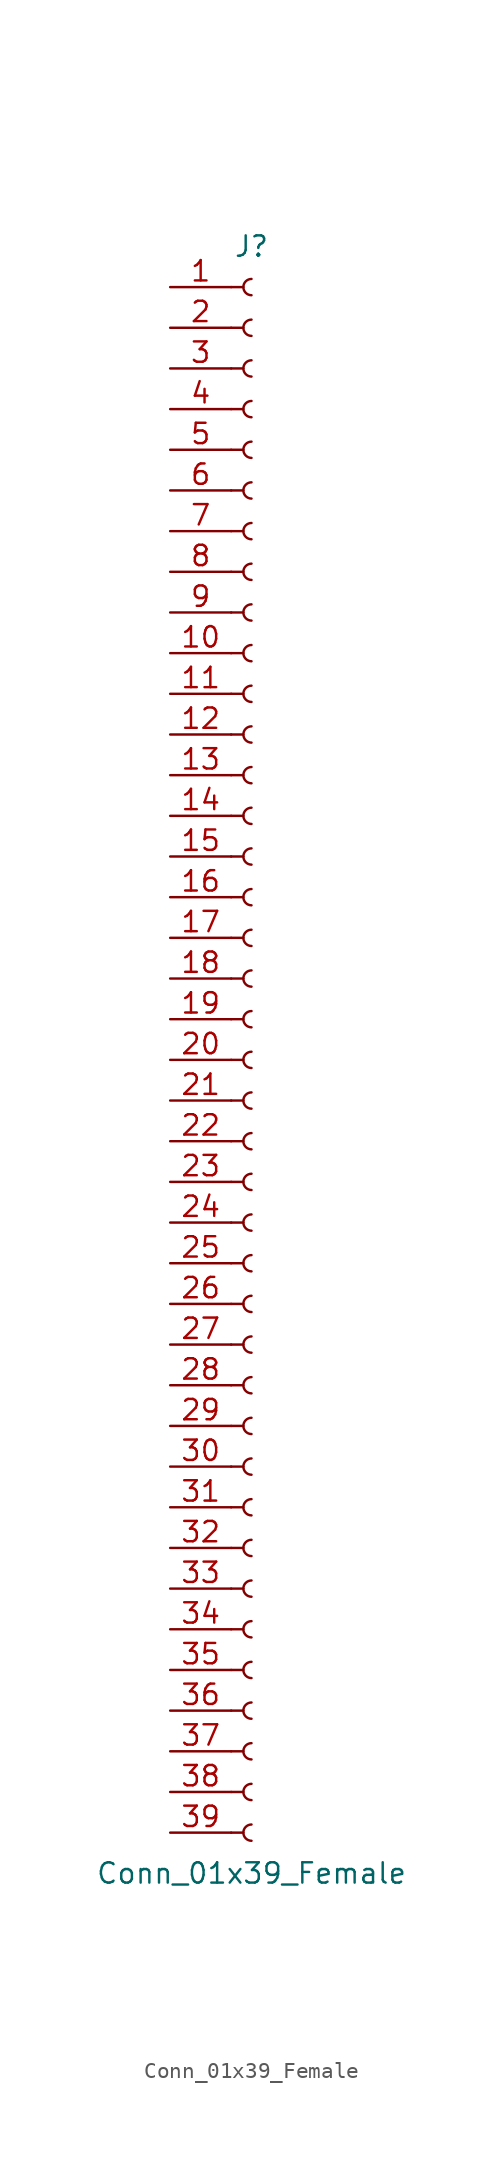
<source format=kicad_sym>
(kicad_symbol_lib
  (version 20220914)
  (generator kicad_symbol_editor)
  (symbol "Conn_01x39_Female"
    (pin_names
      (offset 1.016) hide)
    (property "Reference" "J"
      (at 0 50.8 0)
      (effects (font (size 1.27 1.27))))
    (property "Value" "Conn_01x39_Female"
      (at 0 -50.8 0)
      (effects (font (size 1.27 1.27))))
    (symbol "Conn_01x39_Female_1_1"
      (arc (start 0 -47.752) (mid -0.5058 -48.26) (end 0 -48.768) (stroke (width 0.1524) (type default)) (fill (type none)))
      (arc (start 0 -45.212) (mid -0.5058 -45.72) (end 0 -46.228) (stroke (width 0.1524) (type default)) (fill (type none)))
      (arc (start 0 -42.672) (mid -0.5058 -43.18) (end 0 -43.688) (stroke (width 0.1524) (type default)) (fill (type none)))
      (arc (start 0 -40.132) (mid -0.5058 -40.64) (end 0 -41.148) (stroke (width 0.1524) (type default)) (fill (type none)))
      (arc (start 0 -37.592) (mid -0.5058 -38.1) (end 0 -38.608) (stroke (width 0.1524) (type default)) (fill (type none)))
      (arc (start 0 -35.052) (mid -0.5058 -35.56) (end 0 -36.068) (stroke (width 0.1524) (type default)) (fill (type none)))
      (arc (start 0 -32.512) (mid -0.5058 -33.02) (end 0 -33.528) (stroke (width 0.1524) (type default)) (fill (type none)))
      (arc (start 0 -29.972) (mid -0.5058 -30.48) (end 0 -30.988) (stroke (width 0.1524) (type default)) (fill (type none)))
      (arc (start 0 -27.432) (mid -0.5058 -27.94) (end 0 -28.448) (stroke (width 0.1524) (type default)) (fill (type none)))
      (arc (start 0 -24.892) (mid -0.5058 -25.4) (end 0 -25.908) (stroke (width 0.1524) (type default)) (fill (type none)))
      (arc (start 0 -22.352) (mid -0.5058 -22.86) (end 0 -23.368) (stroke (width 0.1524) (type default)) (fill (type none)))
      (arc (start 0 -19.812) (mid -0.5058 -20.32) (end 0 -20.828) (stroke (width 0.1524) (type default)) (fill (type none)))
      (arc (start 0 -17.272) (mid -0.5058 -17.78) (end 0 -18.288) (stroke (width 0.1524) (type default)) (fill (type none)))
      (arc (start 0 -14.732) (mid -0.5058 -15.24) (end 0 -15.748) (stroke (width 0.1524) (type default)) (fill (type none)))
      (arc (start 0 -12.192) (mid -0.5058 -12.7) (end 0 -13.208) (stroke (width 0.1524) (type default)) (fill (type none)))
      (arc (start 0 -9.652) (mid -0.5058 -10.16) (end 0 -10.668) (stroke (width 0.1524) (type default)) (fill (type none)))
      (arc (start 0 -7.112) (mid -0.5058 -7.62) (end 0 -8.128) (stroke (width 0.1524) (type default)) (fill (type none)))
      (arc (start 0 -4.572) (mid -0.5058 -5.08) (end 0 -5.588) (stroke (width 0.1524) (type default)) (fill (type none)))
      (arc (start 0 -2.032) (mid -0.5058 -2.54) (end 0 -3.048) (stroke (width 0.1524) (type default)) (fill (type none)))
      (polyline (pts (xy -1.27 -48.26) (xy -0.508 -48.26)) (stroke (width 0.152) (type default)) (fill (type none)))
      (polyline (pts (xy -1.27 -45.72) (xy -0.508 -45.72)) (stroke (width 0.152) (type default)) (fill (type none)))
      (polyline (pts (xy -1.27 -43.18) (xy -0.508 -43.18)) (stroke (width 0.152) (type default)) (fill (type none)))
      (polyline (pts (xy -1.27 -40.64) (xy -0.508 -40.64)) (stroke (width 0.152) (type default)) (fill (type none)))
      (polyline (pts (xy -1.27 -38.1) (xy -0.508 -38.1)) (stroke (width 0.152) (type default)) (fill (type none)))
      (polyline (pts (xy -1.27 -35.56) (xy -0.508 -35.56)) (stroke (width 0.152) (type default)) (fill (type none)))
      (polyline (pts (xy -1.27 -33.02) (xy -0.508 -33.02)) (stroke (width 0.152) (type default)) (fill (type none)))
      (polyline (pts (xy -1.27 -30.48) (xy -0.508 -30.48)) (stroke (width 0.152) (type default)) (fill (type none)))
      (polyline (pts (xy -1.27 -27.94) (xy -0.508 -27.94)) (stroke (width 0.152) (type default)) (fill (type none)))
      (polyline (pts (xy -1.27 -25.4) (xy -0.508 -25.4)) (stroke (width 0.152) (type default)) (fill (type none)))
      (polyline (pts (xy -1.27 -22.86) (xy -0.508 -22.86)) (stroke (width 0.152) (type default)) (fill (type none)))
      (polyline (pts (xy -1.27 -20.32) (xy -0.508 -20.32)) (stroke (width 0.152) (type default)) (fill (type none)))
      (polyline (pts (xy -1.27 -17.78) (xy -0.508 -17.78)) (stroke (width 0.152) (type default)) (fill (type none)))
      (polyline (pts (xy -1.27 -15.24) (xy -0.508 -15.24)) (stroke (width 0.152) (type default)) (fill (type none)))
      (polyline (pts (xy -1.27 -12.7) (xy -0.508 -12.7)) (stroke (width 0.152) (type default)) (fill (type none)))
      (polyline (pts (xy -1.27 -10.16) (xy -0.508 -10.16)) (stroke (width 0.152) (type default)) (fill (type none)))
      (polyline (pts (xy -1.27 -7.62) (xy -0.508 -7.62)) (stroke (width 0.152) (type default)) (fill (type none)))
      (polyline (pts (xy -1.27 -5.08) (xy -0.508 -5.08)) (stroke (width 0.152) (type default)) (fill (type none)))
      (polyline (pts (xy -1.27 -2.54) (xy -0.508 -2.54)) (stroke (width 0.152) (type default)) (fill (type none)))
      (polyline (pts (xy -1.27 0) (xy -0.508 0)) (stroke (width 0.152) (type default)) (fill (type none)))
      (polyline (pts (xy -1.27 2.54) (xy -0.508 2.54)) (stroke (width 0.152) (type default)) (fill (type none)))
      (polyline (pts (xy -1.27 5.08) (xy -0.508 5.08)) (stroke (width 0.152) (type default)) (fill (type none)))
      (polyline (pts (xy -1.27 7.62) (xy -0.508 7.62)) (stroke (width 0.152) (type default)) (fill (type none)))
      (polyline (pts (xy -1.27 10.16) (xy -0.508 10.16)) (stroke (width 0.152) (type default)) (fill (type none)))
      (polyline (pts (xy -1.27 12.7) (xy -0.508 12.7)) (stroke (width 0.152) (type default)) (fill (type none)))
      (polyline (pts (xy -1.27 15.24) (xy -0.508 15.24)) (stroke (width 0.152) (type default)) (fill (type none)))
      (polyline (pts (xy -1.27 17.78) (xy -0.508 17.78)) (stroke (width 0.152) (type default)) (fill (type none)))
      (polyline (pts (xy -1.27 20.32) (xy -0.508 20.32)) (stroke (width 0.152) (type default)) (fill (type none)))
      (polyline (pts (xy -1.27 22.86) (xy -0.508 22.86)) (stroke (width 0.152) (type default)) (fill (type none)))
      (polyline (pts (xy -1.27 25.4) (xy -0.508 25.4)) (stroke (width 0.152) (type default)) (fill (type none)))
      (polyline (pts (xy -1.27 27.94) (xy -0.508 27.94)) (stroke (width 0.152) (type default)) (fill (type none)))
      (polyline (pts (xy -1.27 30.48) (xy -0.508 30.48)) (stroke (width 0.152) (type default)) (fill (type none)))
      (polyline (pts (xy -1.27 33.02) (xy -0.508 33.02)) (stroke (width 0.152) (type default)) (fill (type none)))
      (polyline (pts (xy -1.27 35.56) (xy -0.508 35.56)) (stroke (width 0.152) (type default)) (fill (type none)))
      (polyline (pts (xy -1.27 38.1) (xy -0.508 38.1)) (stroke (width 0.152) (type default)) (fill (type none)))
      (polyline (pts (xy -1.27 40.64) (xy -0.508 40.64)) (stroke (width 0.152) (type default)) (fill (type none)))
      (polyline (pts (xy -1.27 43.18) (xy -0.508 43.18)) (stroke (width 0.152) (type default)) (fill (type none)))
      (polyline (pts (xy -1.27 45.72) (xy -0.508 45.72)) (stroke (width 0.152) (type default)) (fill (type none)))
      (polyline (pts (xy -1.27 48.26) (xy -0.508 48.26)) (stroke (width 0.152) (type default)) (fill (type none)))
      (arc (start 0 0.508) (mid -0.5058 0) (end 0 -0.508) (stroke (width 0.1524) (type default)) (fill (type none)))
      (arc (start 0 3.048) (mid -0.5058 2.54) (end 0 2.032) (stroke (width 0.1524) (type default)) (fill (type none)))
      (arc (start 0 5.588) (mid -0.5058 5.08) (end 0 4.572) (stroke (width 0.1524) (type default)) (fill (type none)))
      (arc (start 0 8.128) (mid -0.5058 7.62) (end 0 7.112) (stroke (width 0.1524) (type default)) (fill (type none)))
      (arc (start 0 10.668) (mid -0.5058 10.16) (end 0 9.652) (stroke (width 0.1524) (type default)) (fill (type none)))
      (arc (start 0 13.208) (mid -0.5058 12.7) (end 0 12.192) (stroke (width 0.1524) (type default)) (fill (type none)))
      (arc (start 0 15.748) (mid -0.5058 15.24) (end 0 14.732) (stroke (width 0.1524) (type default)) (fill (type none)))
      (arc (start 0 18.288) (mid -0.5058 17.78) (end 0 17.272) (stroke (width 0.1524) (type default)) (fill (type none)))
      (arc (start 0 20.828) (mid -0.5058 20.32) (end 0 19.812) (stroke (width 0.1524) (type default)) (fill (type none)))
      (arc (start 0 23.368) (mid -0.5058 22.86) (end 0 22.352) (stroke (width 0.1524) (type default)) (fill (type none)))
      (arc (start 0 25.908) (mid -0.5058 25.4) (end 0 24.892) (stroke (width 0.1524) (type default)) (fill (type none)))
      (arc (start 0 28.448) (mid -0.5058 27.94) (end 0 27.432) (stroke (width 0.1524) (type default)) (fill (type none)))
      (arc (start 0 30.988) (mid -0.5058 30.48) (end 0 29.972) (stroke (width 0.1524) (type default)) (fill (type none)))
      (arc (start 0 33.528) (mid -0.5058 33.02) (end 0 32.512) (stroke (width 0.1524) (type default)) (fill (type none)))
      (arc (start 0 36.068) (mid -0.5058 35.56) (end 0 35.052) (stroke (width 0.1524) (type default)) (fill (type none)))
      (arc (start 0 38.608) (mid -0.5058 38.1) (end 0 37.592) (stroke (width 0.1524) (type default)) (fill (type none)))
      (arc (start 0 41.148) (mid -0.5058 40.64) (end 0 40.132) (stroke (width 0.1524) (type default)) (fill (type none)))
      (arc (start 0 43.688) (mid -0.5058 43.18) (end 0 42.672) (stroke (width 0.1524) (type default)) (fill (type none)))
      (arc (start 0 46.228) (mid -0.5058 45.72) (end 0 45.212) (stroke (width 0.1524) (type default)) (fill (type none)))
      (arc (start 0 48.768) (mid -0.5058 48.26) (end 0 47.752) (stroke (width 0.1524) (type default)) (fill (type none)))
      (pin passive line (at -5.08 48.26 0) (length 3.81) (name "Pin_1" (effects (font (size 1.27 1.27)))) (number "1" (effects (font (size 1.27 1.27)))))
      (pin passive line (at -5.08 25.4 0) (length 3.81) (name "Pin_10" (effects (font (size 1.27 1.27)))) (number "10" (effects (font (size 1.27 1.27)))))
      (pin passive line (at -5.08 22.86 0) (length 3.81) (name "Pin_11" (effects (font (size 1.27 1.27)))) (number "11" (effects (font (size 1.27 1.27)))))
      (pin passive line (at -5.08 20.32 0) (length 3.81) (name "Pin_12" (effects (font (size 1.27 1.27)))) (number "12" (effects (font (size 1.27 1.27)))))
      (pin passive line (at -5.08 17.78 0) (length 3.81) (name "Pin_13" (effects (font (size 1.27 1.27)))) (number "13" (effects (font (size 1.27 1.27)))))
      (pin passive line (at -5.08 15.24 0) (length 3.81) (name "Pin_14" (effects (font (size 1.27 1.27)))) (number "14" (effects (font (size 1.27 1.27)))))
      (pin passive line (at -5.08 12.7 0) (length 3.81) (name "Pin_15" (effects (font (size 1.27 1.27)))) (number "15" (effects (font (size 1.27 1.27)))))
      (pin passive line (at -5.08 10.16 0) (length 3.81) (name "Pin_16" (effects (font (size 1.27 1.27)))) (number "16" (effects (font (size 1.27 1.27)))))
      (pin passive line (at -5.08 7.62 0) (length 3.81) (name "Pin_17" (effects (font (size 1.27 1.27)))) (number "17" (effects (font (size 1.27 1.27)))))
      (pin passive line (at -5.08 5.08 0) (length 3.81) (name "Pin_18" (effects (font (size 1.27 1.27)))) (number "18" (effects (font (size 1.27 1.27)))))
      (pin passive line (at -5.08 2.54 0) (length 3.81) (name "Pin_19" (effects (font (size 1.27 1.27)))) (number "19" (effects (font (size 1.27 1.27)))))
      (pin passive line (at -5.08 45.72 0) (length 3.81) (name "Pin_2" (effects (font (size 1.27 1.27)))) (number "2" (effects (font (size 1.27 1.27)))))
      (pin passive line (at -5.08 0 0) (length 3.81) (name "Pin_20" (effects (font (size 1.27 1.27)))) (number "20" (effects (font (size 1.27 1.27)))))
      (pin passive line (at -5.08 -2.54 0) (length 3.81) (name "Pin_21" (effects (font (size 1.27 1.27)))) (number "21" (effects (font (size 1.27 1.27)))))
      (pin passive line (at -5.08 -5.08 0) (length 3.81) (name "Pin_22" (effects (font (size 1.27 1.27)))) (number "22" (effects (font (size 1.27 1.27)))))
      (pin passive line (at -5.08 -7.62 0) (length 3.81) (name "Pin_23" (effects (font (size 1.27 1.27)))) (number "23" (effects (font (size 1.27 1.27)))))
      (pin passive line (at -5.08 -10.16 0) (length 3.81) (name "Pin_24" (effects (font (size 1.27 1.27)))) (number "24" (effects (font (size 1.27 1.27)))))
      (pin passive line (at -5.08 -12.7 0) (length 3.81) (name "Pin_25" (effects (font (size 1.27 1.27)))) (number "25" (effects (font (size 1.27 1.27)))))
      (pin passive line (at -5.08 -15.24 0) (length 3.81) (name "Pin_26" (effects (font (size 1.27 1.27)))) (number "26" (effects (font (size 1.27 1.27)))))
      (pin passive line (at -5.08 -17.78 0) (length 3.81) (name "Pin_27" (effects (font (size 1.27 1.27)))) (number "27" (effects (font (size 1.27 1.27)))))
      (pin passive line (at -5.08 -20.32 0) (length 3.81) (name "Pin_28" (effects (font (size 1.27 1.27)))) (number "28" (effects (font (size 1.27 1.27)))))
      (pin passive line (at -5.08 -22.86 0) (length 3.81) (name "Pin_29" (effects (font (size 1.27 1.27)))) (number "29" (effects (font (size 1.27 1.27)))))
      (pin passive line (at -5.08 43.18 0) (length 3.81) (name "Pin_3" (effects (font (size 1.27 1.27)))) (number "3" (effects (font (size 1.27 1.27)))))
      (pin passive line (at -5.08 -25.4 0) (length 3.81) (name "Pin_30" (effects (font (size 1.27 1.27)))) (number "30" (effects (font (size 1.27 1.27)))))
      (pin passive line (at -5.08 -27.94 0) (length 3.81) (name "Pin_31" (effects (font (size 1.27 1.27)))) (number "31" (effects (font (size 1.27 1.27)))))
      (pin passive line (at -5.08 -30.48 0) (length 3.81) (name "Pin_32" (effects (font (size 1.27 1.27)))) (number "32" (effects (font (size 1.27 1.27)))))
      (pin passive line (at -5.08 -33.02 0) (length 3.81) (name "Pin_33" (effects (font (size 1.27 1.27)))) (number "33" (effects (font (size 1.27 1.27)))))
      (pin passive line (at -5.08 -35.56 0) (length 3.81) (name "Pin_34" (effects (font (size 1.27 1.27)))) (number "34" (effects (font (size 1.27 1.27)))))
      (pin passive line (at -5.08 -38.1 0) (length 3.81) (name "Pin_35" (effects (font (size 1.27 1.27)))) (number "35" (effects (font (size 1.27 1.27)))))
      (pin passive line (at -5.08 -40.64 0) (length 3.81) (name "Pin_36" (effects (font (size 1.27 1.27)))) (number "36" (effects (font (size 1.27 1.27)))))
      (pin passive line (at -5.08 -43.18 0) (length 3.81) (name "Pin_37" (effects (font (size 1.27 1.27)))) (number "37" (effects (font (size 1.27 1.27)))))
      (pin passive line (at -5.08 -45.72 0) (length 3.81) (name "Pin_38" (effects (font (size 1.27 1.27)))) (number "38" (effects (font (size 1.27 1.27)))))
      (pin passive line (at -5.08 -48.26 0) (length 3.81) (name "Pin_39" (effects (font (size 1.27 1.27)))) (number "39" (effects (font (size 1.27 1.27)))))
      (pin passive line (at -5.08 40.64 0) (length 3.81) (name "Pin_4" (effects (font (size 1.27 1.27)))) (number "4" (effects (font (size 1.27 1.27)))))
      (pin passive line (at -5.08 38.1 0) (length 3.81) (name "Pin_5" (effects (font (size 1.27 1.27)))) (number "5" (effects (font (size 1.27 1.27)))))
      (pin passive line (at -5.08 35.56 0) (length 3.81) (name "Pin_6" (effects (font (size 1.27 1.27)))) (number "6" (effects (font (size 1.27 1.27)))))
      (pin passive line (at -5.08 33.02 0) (length 3.81) (name "Pin_7" (effects (font (size 1.27 1.27)))) (number "7" (effects (font (size 1.27 1.27)))))
      (pin passive line (at -5.08 30.48 0) (length 3.81) (name "Pin_8" (effects (font (size 1.27 1.27)))) (number "8" (effects (font (size 1.27 1.27)))))
      (pin passive line (at -5.08 27.94 0) (length 3.81) (name "Pin_9" (effects (font (size 1.27 1.27)))) (number "9" (effects (font (size 1.27 1.27))))))))
</source>
